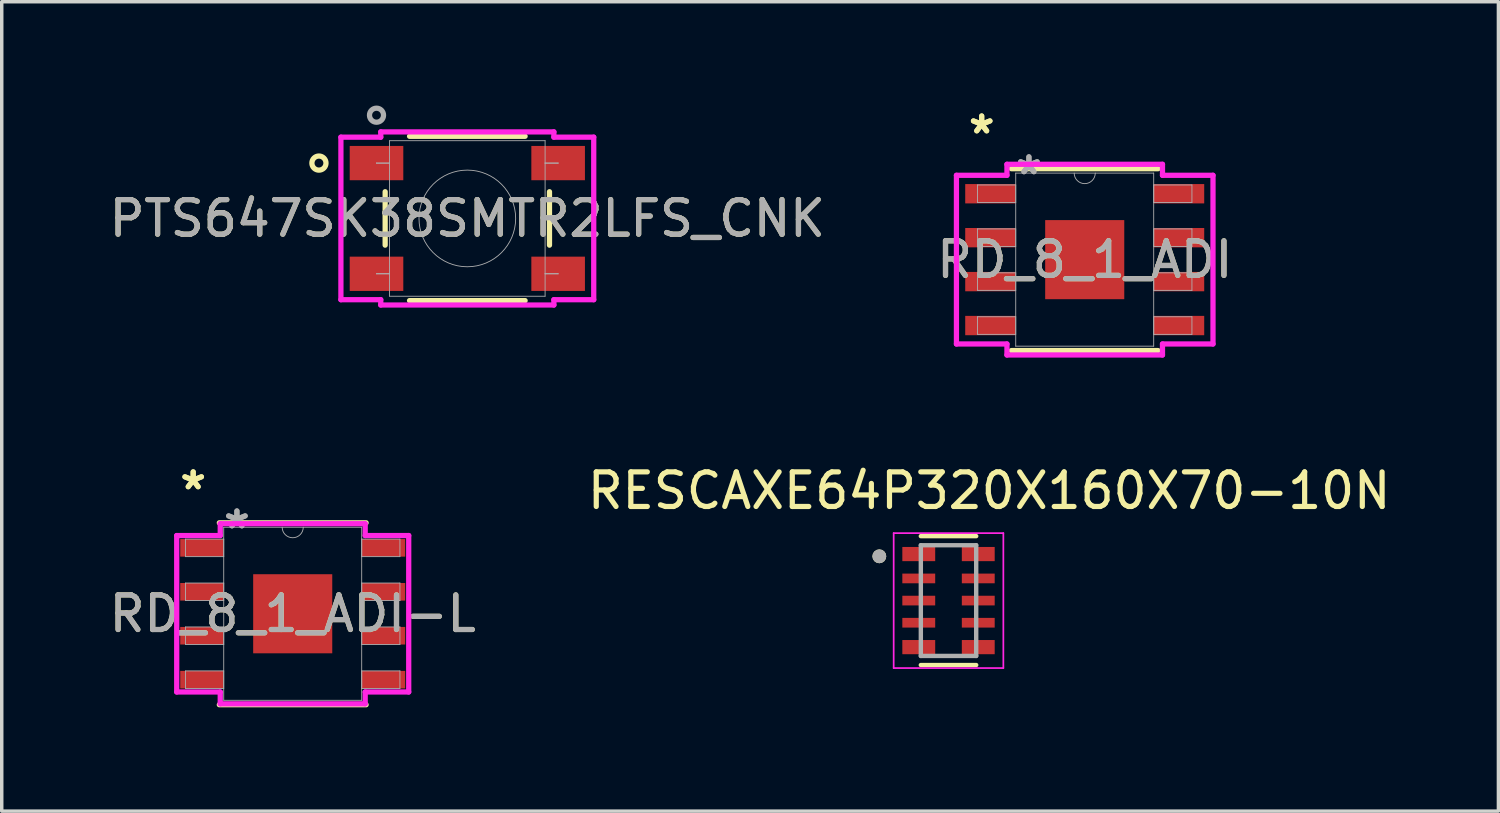
<source format=kicad_pcb>
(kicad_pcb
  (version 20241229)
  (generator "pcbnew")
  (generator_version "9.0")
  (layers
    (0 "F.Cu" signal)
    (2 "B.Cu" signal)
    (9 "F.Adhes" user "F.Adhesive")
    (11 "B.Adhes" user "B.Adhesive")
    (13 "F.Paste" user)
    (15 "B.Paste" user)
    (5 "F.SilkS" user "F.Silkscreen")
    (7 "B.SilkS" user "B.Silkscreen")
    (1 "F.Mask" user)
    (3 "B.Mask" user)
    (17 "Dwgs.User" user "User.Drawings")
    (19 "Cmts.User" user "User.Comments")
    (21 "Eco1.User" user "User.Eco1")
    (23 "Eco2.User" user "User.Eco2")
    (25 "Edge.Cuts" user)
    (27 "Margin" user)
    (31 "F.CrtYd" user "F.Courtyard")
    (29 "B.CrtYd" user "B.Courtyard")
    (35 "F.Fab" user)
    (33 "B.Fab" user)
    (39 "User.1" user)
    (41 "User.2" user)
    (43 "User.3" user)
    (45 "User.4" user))
  (footprint "RD_8_1_ADI"
    (layer "F.Cu")
    (at 28.304 4.455)
    (property "Reference" "RD_8_1_ADI" (at 0 0 0) (unlocked yes) (layer "F.SilkS") (effects (font (size 1 1) (thickness 0.15))))
    (attr smd)
    (fp_line (start -2.121 2.629) (end 2.121 2.629) (stroke (width 0.152) (type solid)) (layer "F.SilkS"))
    (fp_line (start 2.121 -2.629) (end -2.121 -2.629) (stroke (width 0.152) (type solid)) (layer "F.SilkS"))
    (fp_line (start -3.708 -2.438) (end -2.248 -2.438) (stroke (width 0.152) (type solid)) (layer "F.CrtYd"))
    (fp_line (start -3.708 2.438) (end -3.708 -2.438) (stroke (width 0.152) (type solid)) (layer "F.CrtYd"))
    (fp_line (start -3.708 2.438) (end -2.248 2.438) (stroke (width 0.152) (type solid)) (layer "F.CrtYd"))
    (fp_line (start -2.248 -2.756) (end 2.248 -2.756) (stroke (width 0.152) (type solid)) (layer "F.CrtYd"))
    (fp_line (start -2.248 -2.438) (end -2.248 -2.756) (stroke (width 0.152) (type solid)) (layer "F.CrtYd"))
    (fp_line (start -2.248 2.756) (end -2.248 2.438) (stroke (width 0.152) (type solid)) (layer "F.CrtYd"))
    (fp_line (start 2.248 -2.756) (end 2.248 -2.438) (stroke (width 0.152) (type solid)) (layer "F.CrtYd"))
    (fp_line (start 2.248 2.438) (end 2.248 2.756) (stroke (width 0.152) (type solid)) (layer "F.CrtYd"))
    (fp_line (start 2.248 2.756) (end -2.248 2.756) (stroke (width 0.152) (type solid)) (layer "F.CrtYd"))
    (fp_line (start 3.708 -2.438) (end 2.248 -2.438) (stroke (width 0.152) (type solid)) (layer "F.CrtYd"))
    (fp_line (start 3.708 -2.438) (end 3.708 2.438) (stroke (width 0.152) (type solid)) (layer "F.CrtYd"))
    (fp_line (start 3.708 2.438) (end 2.248 2.438) (stroke (width 0.152) (type solid)) (layer "F.CrtYd"))
    (fp_line (start -3.099 -2.159) (end -3.099 -1.651) (stroke (width 0.025) (type solid)) (layer "F.Fab"))
    (fp_line (start -3.099 -1.651) (end -1.994 -1.651) (stroke (width 0.025) (type solid)) (layer "F.Fab"))
    (fp_line (start -3.099 -0.889) (end -3.099 -0.381) (stroke (width 0.025) (type solid)) (layer "F.Fab"))
    (fp_line (start -3.099 -0.381) (end -1.994 -0.381) (stroke (width 0.025) (type solid)) (layer "F.Fab"))
    (fp_line (start -3.099 0.381) (end -3.099 0.889) (stroke (width 0.025) (type solid)) (layer "F.Fab"))
    (fp_line (start -3.099 0.889) (end -1.994 0.889) (stroke (width 0.025) (type solid)) (layer "F.Fab"))
    (fp_line (start -3.099 1.651) (end -3.099 2.159) (stroke (width 0.025) (type solid)) (layer "F.Fab"))
    (fp_line (start -3.099 2.159) (end -1.994 2.159) (stroke (width 0.025) (type solid)) (layer "F.Fab"))
    (fp_line (start -1.994 -2.502) (end -1.994 2.502) (stroke (width 0.025) (type solid)) (layer "F.Fab"))
    (fp_line (start -1.994 -2.159) (end -3.099 -2.159) (stroke (width 0.025) (type solid)) (layer "F.Fab"))
    (fp_line (start -1.994 -1.651) (end -1.994 -2.159) (stroke (width 0.025) (type solid)) (layer "F.Fab"))
    (fp_line (start -1.994 -0.889) (end -3.099 -0.889) (stroke (width 0.025) (type solid)) (layer "F.Fab"))
    (fp_line (start -1.994 -0.381) (end -1.994 -0.889) (stroke (width 0.025) (type solid)) (layer "F.Fab"))
    (fp_line (start -1.994 0.381) (end -3.099 0.381) (stroke (width 0.025) (type solid)) (layer "F.Fab"))
    (fp_line (start -1.994 0.889) (end -1.994 0.381) (stroke (width 0.025) (type solid)) (layer "F.Fab"))
    (fp_line (start -1.994 1.651) (end -3.099 1.651) (stroke (width 0.025) (type solid)) (layer "F.Fab"))
    (fp_line (start -1.994 2.159) (end -1.994 1.651) (stroke (width 0.025) (type solid)) (layer "F.Fab"))
    (fp_line (start -1.994 2.502) (end 1.994 2.502) (stroke (width 0.025) (type solid)) (layer "F.Fab"))
    (fp_line (start 1.994 -2.502) (end -1.994 -2.502) (stroke (width 0.025) (type solid)) (layer "F.Fab"))
    (fp_line (start 1.994 -2.159) (end 1.994 -1.651) (stroke (width 0.025) (type solid)) (layer "F.Fab"))
    (fp_line (start 1.994 -1.651) (end 3.099 -1.651) (stroke (width 0.025) (type solid)) (layer "F.Fab"))
    (fp_line (start 1.994 -0.889) (end 1.994 -0.381) (stroke (width 0.025) (type solid)) (layer "F.Fab"))
    (fp_line (start 1.994 -0.381) (end 3.099 -0.381) (stroke (width 0.025) (type solid)) (layer "F.Fab"))
    (fp_line (start 1.994 0.381) (end 1.994 0.889) (stroke (width 0.025) (type solid)) (layer "F.Fab"))
    (fp_line (start 1.994 0.889) (end 3.099 0.889) (stroke (width 0.025) (type solid)) (layer "F.Fab"))
    (fp_line (start 1.994 1.651) (end 1.994 2.159) (stroke (width 0.025) (type solid)) (layer "F.Fab"))
    (fp_line (start 1.994 2.159) (end 3.099 2.159) (stroke (width 0.025) (type solid)) (layer "F.Fab"))
    (fp_line (start 1.994 2.502) (end 1.994 -2.502) (stroke (width 0.025) (type solid)) (layer "F.Fab"))
    (fp_line (start 3.099 -2.159) (end 1.994 -2.159) (stroke (width 0.025) (type solid)) (layer "F.Fab"))
    (fp_line (start 3.099 -1.651) (end 3.099 -2.159) (stroke (width 0.025) (type solid)) (layer "F.Fab"))
    (fp_line (start 3.099 -0.889) (end 1.994 -0.889) (stroke (width 0.025) (type solid)) (layer "F.Fab"))
    (fp_line (start 3.099 -0.381) (end 3.099 -0.889) (stroke (width 0.025) (type solid)) (layer "F.Fab"))
    (fp_line (start 3.099 0.381) (end 1.994 0.381) (stroke (width 0.025) (type solid)) (layer "F.Fab"))
    (fp_line (start 3.099 0.889) (end 3.099 0.381) (stroke (width 0.025) (type solid)) (layer "F.Fab"))
    (fp_line (start 3.099 1.651) (end 1.994 1.651) (stroke (width 0.025) (type solid)) (layer "F.Fab"))
    (fp_line (start 3.099 2.159) (end 3.099 1.651) (stroke (width 0.025) (type solid)) (layer "F.Fab"))
    (fp_arc (start 0.3048 -2.5019) (mid 0 -2.1971) (end -0.3048 -2.5019) (stroke (width 0.0254) (type solid)) (layer "F.Fab"))
    (fp_text user "*" (at -2.978 -3.607 0) (layer "F.SilkS") (effects (font (size 1 1) (thickness 0.15))))
    (fp_text user "*" (at -2.978 -3.607 0) (unlocked yes) (layer "F.SilkS") (effects (font (size 1 1) (thickness 0.15))))
    (fp_text user "*" (at -1.613 -2.426 0) (unlocked yes) (layer "F.Fab") (effects (font (size 1 1) (thickness 0.15))))
    (fp_text user "${REFERENCE}" (at 0 0 0) (unlocked yes) (layer "F.Fab") (effects (font (size 1 1) (thickness 0.15))))
    (fp_text user "*" (at -1.613 -2.426 0) (layer "F.Fab") (effects (font (size 1 1) (thickness 0.15))))
    (pad "1" smd rect (at -2.724 -1.905) (size 1.46 0.559) (layers "F.Cu" "F.Mask" "F.Paste"))
    (pad "2" smd rect (at -2.724 -0.635) (size 1.46 0.559) (layers "F.Cu" "F.Mask" "F.Paste"))
    (pad "3" smd rect (at -2.724 0.635) (size 1.46 0.559) (layers "F.Cu" "F.Mask" "F.Paste"))
    (pad "4" smd rect (at -2.724 1.905) (size 1.46 0.559) (layers "F.Cu" "F.Mask" "F.Paste"))
    (pad "5" smd rect (at 2.724 1.905) (size 1.46 0.559) (layers "F.Cu" "F.Mask" "F.Paste"))
    (pad "6" smd rect (at 2.724 0.635) (size 1.46 0.559) (layers "F.Cu" "F.Mask" "F.Paste"))
    (pad "7" smd rect (at 2.724 -0.635) (size 1.46 0.559) (layers "F.Cu" "F.Mask" "F.Paste"))
    (pad "8" smd rect (at 2.724 -1.905) (size 1.46 0.559) (layers "F.Cu" "F.Mask" "F.Paste"))
    (pad "9" smd rect (at 0 0) (size 2.286 2.286) (layers "F.Cu" "F.Mask" "F.Paste")))
  (footprint "RESCAXE64P320X160X70-10N"
    (layer "F.Cu")
    (at 24.367 14.31)
    (property "Reference" "RESCAXE64P320X160X70-10N" (at 1.175 -3.175 0) (layer "F.SilkS") (effects (font (size 1 1) (thickness 0.15))))
    (attr smd)
    (fp_line (start -0.8 1.863) (end 0.8 1.863) (stroke (width 0.127) (type solid)) (layer "F.SilkS"))
    (fp_line (start 0.8 -1.863) (end -0.8 -1.863) (stroke (width 0.127) (type solid)) (layer "F.SilkS"))
    (fp_circle (center -2 -1.28) (end -1.9 -1.28) (stroke (width 0.2) (type solid)) (fill no) (layer "F.SilkS"))
    (fp_line (start -1.585 -1.95) (end -1.585 1.95) (stroke (width 0.05) (type solid)) (layer "F.CrtYd"))
    (fp_line (start -1.585 1.95) (end 1.585 1.95) (stroke (width 0.05) (type solid)) (layer "F.CrtYd"))
    (fp_line (start 1.585 -1.95) (end -1.585 -1.95) (stroke (width 0.05) (type solid)) (layer "F.CrtYd"))
    (fp_line (start 1.585 1.95) (end 1.585 -1.95) (stroke (width 0.05) (type solid)) (layer "F.CrtYd"))
    (fp_line (start -0.8 -1.6) (end -0.8 1.6) (stroke (width 0.127) (type solid)) (layer "F.Fab"))
    (fp_line (start -0.8 1.6) (end 0.8 1.6) (stroke (width 0.127) (type solid)) (layer "F.Fab"))
    (fp_line (start 0.8 -1.6) (end -0.8 -1.6) (stroke (width 0.127) (type solid)) (layer "F.Fab"))
    (fp_line (start 0.8 1.6) (end 0.8 -1.6) (stroke (width 0.127) (type solid)) (layer "F.Fab"))
    (fp_circle (center -2 -1.28) (end -1.9 -1.28) (stroke (width 0.2) (type solid)) (fill no) (layer "F.Fab"))
    (pad "1" smd rect (at -0.86 -1.345) (size 0.95 0.41) (layers "F.Cu" "F.Mask" "F.Paste"))
    (pad "2" smd rect (at -0.86 -0.64) (size 0.95 0.28) (layers "F.Cu" "F.Mask" "F.Paste"))
    (pad "3" smd rect (at -0.86 0) (size 0.95 0.28) (layers "F.Cu" "F.Mask" "F.Paste"))
    (pad "4" smd rect (at -0.86 0.64) (size 0.95 0.28) (layers "F.Cu" "F.Mask" "F.Paste"))
    (pad "5" smd rect (at -0.86 1.345) (size 0.95 0.41) (layers "F.Cu" "F.Mask" "F.Paste"))
    (pad "6" smd rect (at 0.86 1.345 180) (size 0.95 0.41) (layers "F.Cu" "F.Mask" "F.Paste"))
    (pad "7" smd rect (at 0.86 0.64 180) (size 0.95 0.28) (layers "F.Cu" "F.Mask" "F.Paste"))
    (pad "8" smd rect (at 0.86 0 180) (size 0.95 0.28) (layers "F.Cu" "F.Mask" "F.Paste"))
    (pad "9" smd rect (at 0.86 -0.64 180) (size 0.95 0.28) (layers "F.Cu" "F.Mask" "F.Paste"))
    (pad "10" smd rect (at 0.86 -1.345 180) (size 0.95 0.41) (layers "F.Cu" "F.Mask" "F.Paste")))
  (footprint "RD_8_1_ADI-L"
    (layer "F.Cu")
    (at 5.411 14.691)
    (property "Reference" "RD_8_1_ADI-L" (at 0 0 0) (unlocked yes) (layer "F.SilkS") (effects (font (size 1 1) (thickness 0.15))))
    (attr smd)
    (fp_line (start -2.121 2.629) (end 2.121 2.629) (stroke (width 0.152) (type solid)) (layer "F.SilkS"))
    (fp_line (start 2.121 -2.629) (end -2.121 -2.629) (stroke (width 0.152) (type solid)) (layer "F.SilkS"))
    (fp_line (start -3.353 -2.261) (end -2.095 -2.261) (stroke (width 0.152) (type solid)) (layer "F.CrtYd"))
    (fp_line (start -3.353 2.261) (end -3.353 -2.261) (stroke (width 0.152) (type solid)) (layer "F.CrtYd"))
    (fp_line (start -3.353 2.261) (end -2.095 2.261) (stroke (width 0.152) (type solid)) (layer "F.CrtYd"))
    (fp_line (start -2.095 -2.603) (end 2.095 -2.603) (stroke (width 0.152) (type solid)) (layer "F.CrtYd"))
    (fp_line (start -2.095 -2.261) (end -2.095 -2.603) (stroke (width 0.152) (type solid)) (layer "F.CrtYd"))
    (fp_line (start -2.095 2.603) (end -2.095 2.261) (stroke (width 0.152) (type solid)) (layer "F.CrtYd"))
    (fp_line (start 2.095 -2.603) (end 2.095 -2.261) (stroke (width 0.152) (type solid)) (layer "F.CrtYd"))
    (fp_line (start 2.095 2.261) (end 2.095 2.603) (stroke (width 0.152) (type solid)) (layer "F.CrtYd"))
    (fp_line (start 2.095 2.603) (end -2.095 2.603) (stroke (width 0.152) (type solid)) (layer "F.CrtYd"))
    (fp_line (start 3.353 -2.261) (end 2.095 -2.261) (stroke (width 0.152) (type solid)) (layer "F.CrtYd"))
    (fp_line (start 3.353 -2.261) (end 3.353 2.261) (stroke (width 0.152) (type solid)) (layer "F.CrtYd"))
    (fp_line (start 3.353 2.261) (end 2.095 2.261) (stroke (width 0.152) (type solid)) (layer "F.CrtYd"))
    (fp_line (start -3.099 -2.159) (end -3.099 -1.651) (stroke (width 0.025) (type solid)) (layer "F.Fab"))
    (fp_line (start -3.099 -1.651) (end -1.994 -1.651) (stroke (width 0.025) (type solid)) (layer "F.Fab"))
    (fp_line (start -3.099 -0.889) (end -3.099 -0.381) (stroke (width 0.025) (type solid)) (layer "F.Fab"))
    (fp_line (start -3.099 -0.381) (end -1.994 -0.381) (stroke (width 0.025) (type solid)) (layer "F.Fab"))
    (fp_line (start -3.099 0.381) (end -3.099 0.889) (stroke (width 0.025) (type solid)) (layer "F.Fab"))
    (fp_line (start -3.099 0.889) (end -1.994 0.889) (stroke (width 0.025) (type solid)) (layer "F.Fab"))
    (fp_line (start -3.099 1.651) (end -3.099 2.159) (stroke (width 0.025) (type solid)) (layer "F.Fab"))
    (fp_line (start -3.099 2.159) (end -1.994 2.159) (stroke (width 0.025) (type solid)) (layer "F.Fab"))
    (fp_line (start -1.994 -2.502) (end -1.994 2.502) (stroke (width 0.025) (type solid)) (layer "F.Fab"))
    (fp_line (start -1.994 -2.159) (end -3.099 -2.159) (stroke (width 0.025) (type solid)) (layer "F.Fab"))
    (fp_line (start -1.994 -1.651) (end -1.994 -2.159) (stroke (width 0.025) (type solid)) (layer "F.Fab"))
    (fp_line (start -1.994 -0.889) (end -3.099 -0.889) (stroke (width 0.025) (type solid)) (layer "F.Fab"))
    (fp_line (start -1.994 -0.381) (end -1.994 -0.889) (stroke (width 0.025) (type solid)) (layer "F.Fab"))
    (fp_line (start -1.994 0.381) (end -3.099 0.381) (stroke (width 0.025) (type solid)) (layer "F.Fab"))
    (fp_line (start -1.994 0.889) (end -1.994 0.381) (stroke (width 0.025) (type solid)) (layer "F.Fab"))
    (fp_line (start -1.994 1.651) (end -3.099 1.651) (stroke (width 0.025) (type solid)) (layer "F.Fab"))
    (fp_line (start -1.994 2.159) (end -1.994 1.651) (stroke (width 0.025) (type solid)) (layer "F.Fab"))
    (fp_line (start -1.994 2.502) (end 1.994 2.502) (stroke (width 0.025) (type solid)) (layer "F.Fab"))
    (fp_line (start 1.994 -2.502) (end -1.994 -2.502) (stroke (width 0.025) (type solid)) (layer "F.Fab"))
    (fp_line (start 1.994 -2.159) (end 1.994 -1.651) (stroke (width 0.025) (type solid)) (layer "F.Fab"))
    (fp_line (start 1.994 -1.651) (end 3.099 -1.651) (stroke (width 0.025) (type solid)) (layer "F.Fab"))
    (fp_line (start 1.994 -0.889) (end 1.994 -0.381) (stroke (width 0.025) (type solid)) (layer "F.Fab"))
    (fp_line (start 1.994 -0.381) (end 3.099 -0.381) (stroke (width 0.025) (type solid)) (layer "F.Fab"))
    (fp_line (start 1.994 0.381) (end 1.994 0.889) (stroke (width 0.025) (type solid)) (layer "F.Fab"))
    (fp_line (start 1.994 0.889) (end 3.099 0.889) (stroke (width 0.025) (type solid)) (layer "F.Fab"))
    (fp_line (start 1.994 1.651) (end 1.994 2.159) (stroke (width 0.025) (type solid)) (layer "F.Fab"))
    (fp_line (start 1.994 2.159) (end 3.099 2.159) (stroke (width 0.025) (type solid)) (layer "F.Fab"))
    (fp_line (start 1.994 2.502) (end 1.994 -2.502) (stroke (width 0.025) (type solid)) (layer "F.Fab"))
    (fp_line (start 3.099 -2.159) (end 1.994 -2.159) (stroke (width 0.025) (type solid)) (layer "F.Fab"))
    (fp_line (start 3.099 -1.651) (end 3.099 -2.159) (stroke (width 0.025) (type solid)) (layer "F.Fab"))
    (fp_line (start 3.099 -0.889) (end 1.994 -0.889) (stroke (width 0.025) (type solid)) (layer "F.Fab"))
    (fp_line (start 3.099 -0.381) (end 3.099 -0.889) (stroke (width 0.025) (type solid)) (layer "F.Fab"))
    (fp_line (start 3.099 0.381) (end 1.994 0.381) (stroke (width 0.025) (type solid)) (layer "F.Fab"))
    (fp_line (start 3.099 0.889) (end 3.099 0.381) (stroke (width 0.025) (type solid)) (layer "F.Fab"))
    (fp_line (start 3.099 1.651) (end 1.994 1.651) (stroke (width 0.025) (type solid)) (layer "F.Fab"))
    (fp_line (start 3.099 2.159) (end 3.099 1.651) (stroke (width 0.025) (type solid)) (layer "F.Fab"))
    (fp_arc (start 0.3048 -2.5019) (mid 0 -2.1971) (end -0.3048 -2.5019) (stroke (width 0.0254) (type solid)) (layer "F.Fab"))
    (fp_text user "*" (at -2.877 -3.556 0) (unlocked yes) (layer "F.SilkS") (effects (font (size 1 1) (thickness 0.15))))
    (fp_text user "*" (at -2.877 -3.556 0) (layer "F.SilkS") (effects (font (size 1 1) (thickness 0.15))))
    (fp_text user "${REFERENCE}" (at 0 0 0) (unlocked yes) (layer "F.Fab") (effects (font (size 1 1) (thickness 0.15))))
    (fp_text user "*" (at -1.613 -2.426 0) (layer "F.Fab") (effects (font (size 1 1) (thickness 0.15))))
    (fp_text user "*" (at -1.613 -2.426 0) (unlocked yes) (layer "F.Fab") (effects (font (size 1 1) (thickness 0.15))))
    (pad "1" smd rect (at -2.623 -1.905) (size 1.257 0.508) (layers "F.Cu" "F.Mask" "F.Paste"))
    (pad "2" smd rect (at -2.623 -0.635) (size 1.257 0.508) (layers "F.Cu" "F.Mask" "F.Paste"))
    (pad "3" smd rect (at -2.623 0.635) (size 1.257 0.508) (layers "F.Cu" "F.Mask" "F.Paste"))
    (pad "4" smd rect (at -2.623 1.905) (size 1.257 0.508) (layers "F.Cu" "F.Mask" "F.Paste"))
    (pad "5" smd rect (at 2.623 1.905) (size 1.257 0.508) (layers "F.Cu" "F.Mask" "F.Paste"))
    (pad "6" smd rect (at 2.623 0.635) (size 1.257 0.508) (layers "F.Cu" "F.Mask" "F.Paste"))
    (pad "7" smd rect (at 2.623 -0.635) (size 1.257 0.508) (layers "F.Cu" "F.Mask" "F.Paste"))
    (pad "8" smd rect (at 2.623 -1.905) (size 1.257 0.508) (layers "F.Cu" "F.Mask" "F.Paste"))
    (pad "EPAD" smd rect (at 0 0) (size 2.286 2.286) (layers "F.Cu" "F.Mask" "F.Paste")))
  (footprint "PTS647SK38SMTR2LFS_CNK"
    (layer "F.Cu")
    (at 10.458 3.264)
    (property "Reference" "PTS647SK38SMTR2LFS_CNK" (at 0 0 0) (unlocked yes) (layer "F.SilkS") (effects (font (size 1 1) (thickness 0.15))))
    (attr smd)
    (fp_line (start -2.375 -0.772) (end -2.375 0.772) (stroke (width 0.152) (type solid)) (layer "F.SilkS"))
    (fp_line (start -1.67 2.375) (end 1.67 2.375) (stroke (width 0.152) (type solid)) (layer "F.SilkS"))
    (fp_line (start 1.67 -2.375) (end -1.67 -2.375) (stroke (width 0.152) (type solid)) (layer "F.SilkS"))
    (fp_line (start 2.375 0.772) (end 2.375 -0.772) (stroke (width 0.152) (type solid)) (layer "F.SilkS"))
    (fp_circle (center -4.289 -1.6) (end -4.085 -1.6) (stroke (width 0.152) (type solid)) (fill no) (layer "F.SilkS"))
    (fp_line (start -3.654 -2.349) (end -2.502 -2.349) (stroke (width 0.152) (type solid)) (layer "F.CrtYd"))
    (fp_line (start -3.654 2.349) (end -3.654 -2.349) (stroke (width 0.152) (type solid)) (layer "F.CrtYd"))
    (fp_line (start -3.654 2.349) (end -2.502 2.349) (stroke (width 0.152) (type solid)) (layer "F.CrtYd"))
    (fp_line (start -2.502 -2.502) (end 2.502 -2.502) (stroke (width 0.152) (type solid)) (layer "F.CrtYd"))
    (fp_line (start -2.502 -2.349) (end -2.502 -2.502) (stroke (width 0.152) (type solid)) (layer "F.CrtYd"))
    (fp_line (start -2.502 2.502) (end -2.502 2.349) (stroke (width 0.152) (type solid)) (layer "F.CrtYd"))
    (fp_line (start 2.502 -2.502) (end 2.502 -2.349) (stroke (width 0.152) (type solid)) (layer "F.CrtYd"))
    (fp_line (start 2.502 2.349) (end 2.502 2.502) (stroke (width 0.152) (type solid)) (layer "F.CrtYd"))
    (fp_line (start 2.502 2.502) (end -2.502 2.502) (stroke (width 0.152) (type solid)) (layer "F.CrtYd"))
    (fp_line (start 3.654 -2.349) (end 2.502 -2.349) (stroke (width 0.152) (type solid)) (layer "F.CrtYd"))
    (fp_line (start 3.654 -2.349) (end 3.654 2.349) (stroke (width 0.152) (type solid)) (layer "F.CrtYd"))
    (fp_line (start 3.654 2.349) (end 2.502 2.349) (stroke (width 0.152) (type solid)) (layer "F.CrtYd"))
    (fp_line (start -2.625 -1.6) (end -2.625 -1.6) (stroke (width 0.025) (type solid)) (layer "F.Fab"))
    (fp_line (start -2.625 -1.6) (end -2.248 -1.6) (stroke (width 0.025) (type solid)) (layer "F.Fab"))
    (fp_line (start -2.625 1.6) (end -2.625 1.6) (stroke (width 0.025) (type solid)) (layer "F.Fab"))
    (fp_line (start -2.625 1.6) (end -2.248 1.6) (stroke (width 0.025) (type solid)) (layer "F.Fab"))
    (fp_line (start -2.248 -2.248) (end -2.248 2.248) (stroke (width 0.025) (type solid)) (layer "F.Fab"))
    (fp_line (start -2.248 -1.6) (end -2.625 -1.6) (stroke (width 0.025) (type solid)) (layer "F.Fab"))
    (fp_line (start -2.248 -1.6) (end -2.248 -1.6) (stroke (width 0.025) (type solid)) (layer "F.Fab"))
    (fp_line (start -2.248 1.6) (end -2.625 1.6) (stroke (width 0.025) (type solid)) (layer "F.Fab"))
    (fp_line (start -2.248 1.6) (end -2.248 1.6) (stroke (width 0.025) (type solid)) (layer "F.Fab"))
    (fp_line (start -2.248 2.248) (end 2.248 2.248) (stroke (width 0.025) (type solid)) (layer "F.Fab"))
    (fp_line (start 2.248 -2.248) (end -2.248 -2.248) (stroke (width 0.025) (type solid)) (layer "F.Fab"))
    (fp_line (start 2.248 -1.6) (end 2.248 -1.6) (stroke (width 0.025) (type solid)) (layer "F.Fab"))
    (fp_line (start 2.248 -1.6) (end 2.625 -1.6) (stroke (width 0.025) (type solid)) (layer "F.Fab"))
    (fp_line (start 2.248 1.6) (end 2.248 1.6) (stroke (width 0.025) (type solid)) (layer "F.Fab"))
    (fp_line (start 2.248 1.6) (end 2.625 1.6) (stroke (width 0.025) (type solid)) (layer "F.Fab"))
    (fp_line (start 2.248 2.248) (end 2.248 -2.248) (stroke (width 0.025) (type solid)) (layer "F.Fab"))
    (fp_line (start 2.625 -1.6) (end 2.248 -1.6) (stroke (width 0.025) (type solid)) (layer "F.Fab"))
    (fp_line (start 2.625 -1.6) (end 2.625 -1.6) (stroke (width 0.025) (type solid)) (layer "F.Fab"))
    (fp_line (start 2.625 1.6) (end 2.248 1.6) (stroke (width 0.025) (type solid)) (layer "F.Fab"))
    (fp_line (start 2.625 1.6) (end 2.625 1.6) (stroke (width 0.025) (type solid)) (layer "F.Fab"))
    (fp_circle (center -2.625 -2.984) (end -2.422 -2.984) (stroke (width 0.152) (type solid)) (fill no) (layer "F.Fab"))
    (fp_circle (center 0 0) (end 1.397 0) (stroke (width 0.025) (type solid)) (fill no) (layer "F.Fab"))
    (fp_text user "${REFERENCE}" (at 0 0 0) (unlocked yes) (layer "F.Fab") (effects (font (size 1 1) (thickness 0.15))))
    (pad "1" smd rect (at -2.625 -1.6) (size 1.549 0.991) (layers "F.Cu" "F.Mask" "F.Paste"))
    (pad "1" smd rect (at -2.625 1.6) (size 1.549 0.991) (layers "F.Cu" "F.Mask" "F.Paste"))
    (pad "2" smd rect (at 2.625 -1.6) (size 1.549 0.991) (layers "F.Cu" "F.Mask" "F.Paste"))
    (pad "2" smd rect (at 2.625 1.6) (size 1.549 0.991) (layers "F.Cu" "F.Mask" "F.Paste")))
  (gr_rect
    (start -3 -3)
    (end 40.262 20.396)
    (stroke (width 0.1) (type default))
    (fill no)
    (layer "Edge.Cuts")))
</source>
